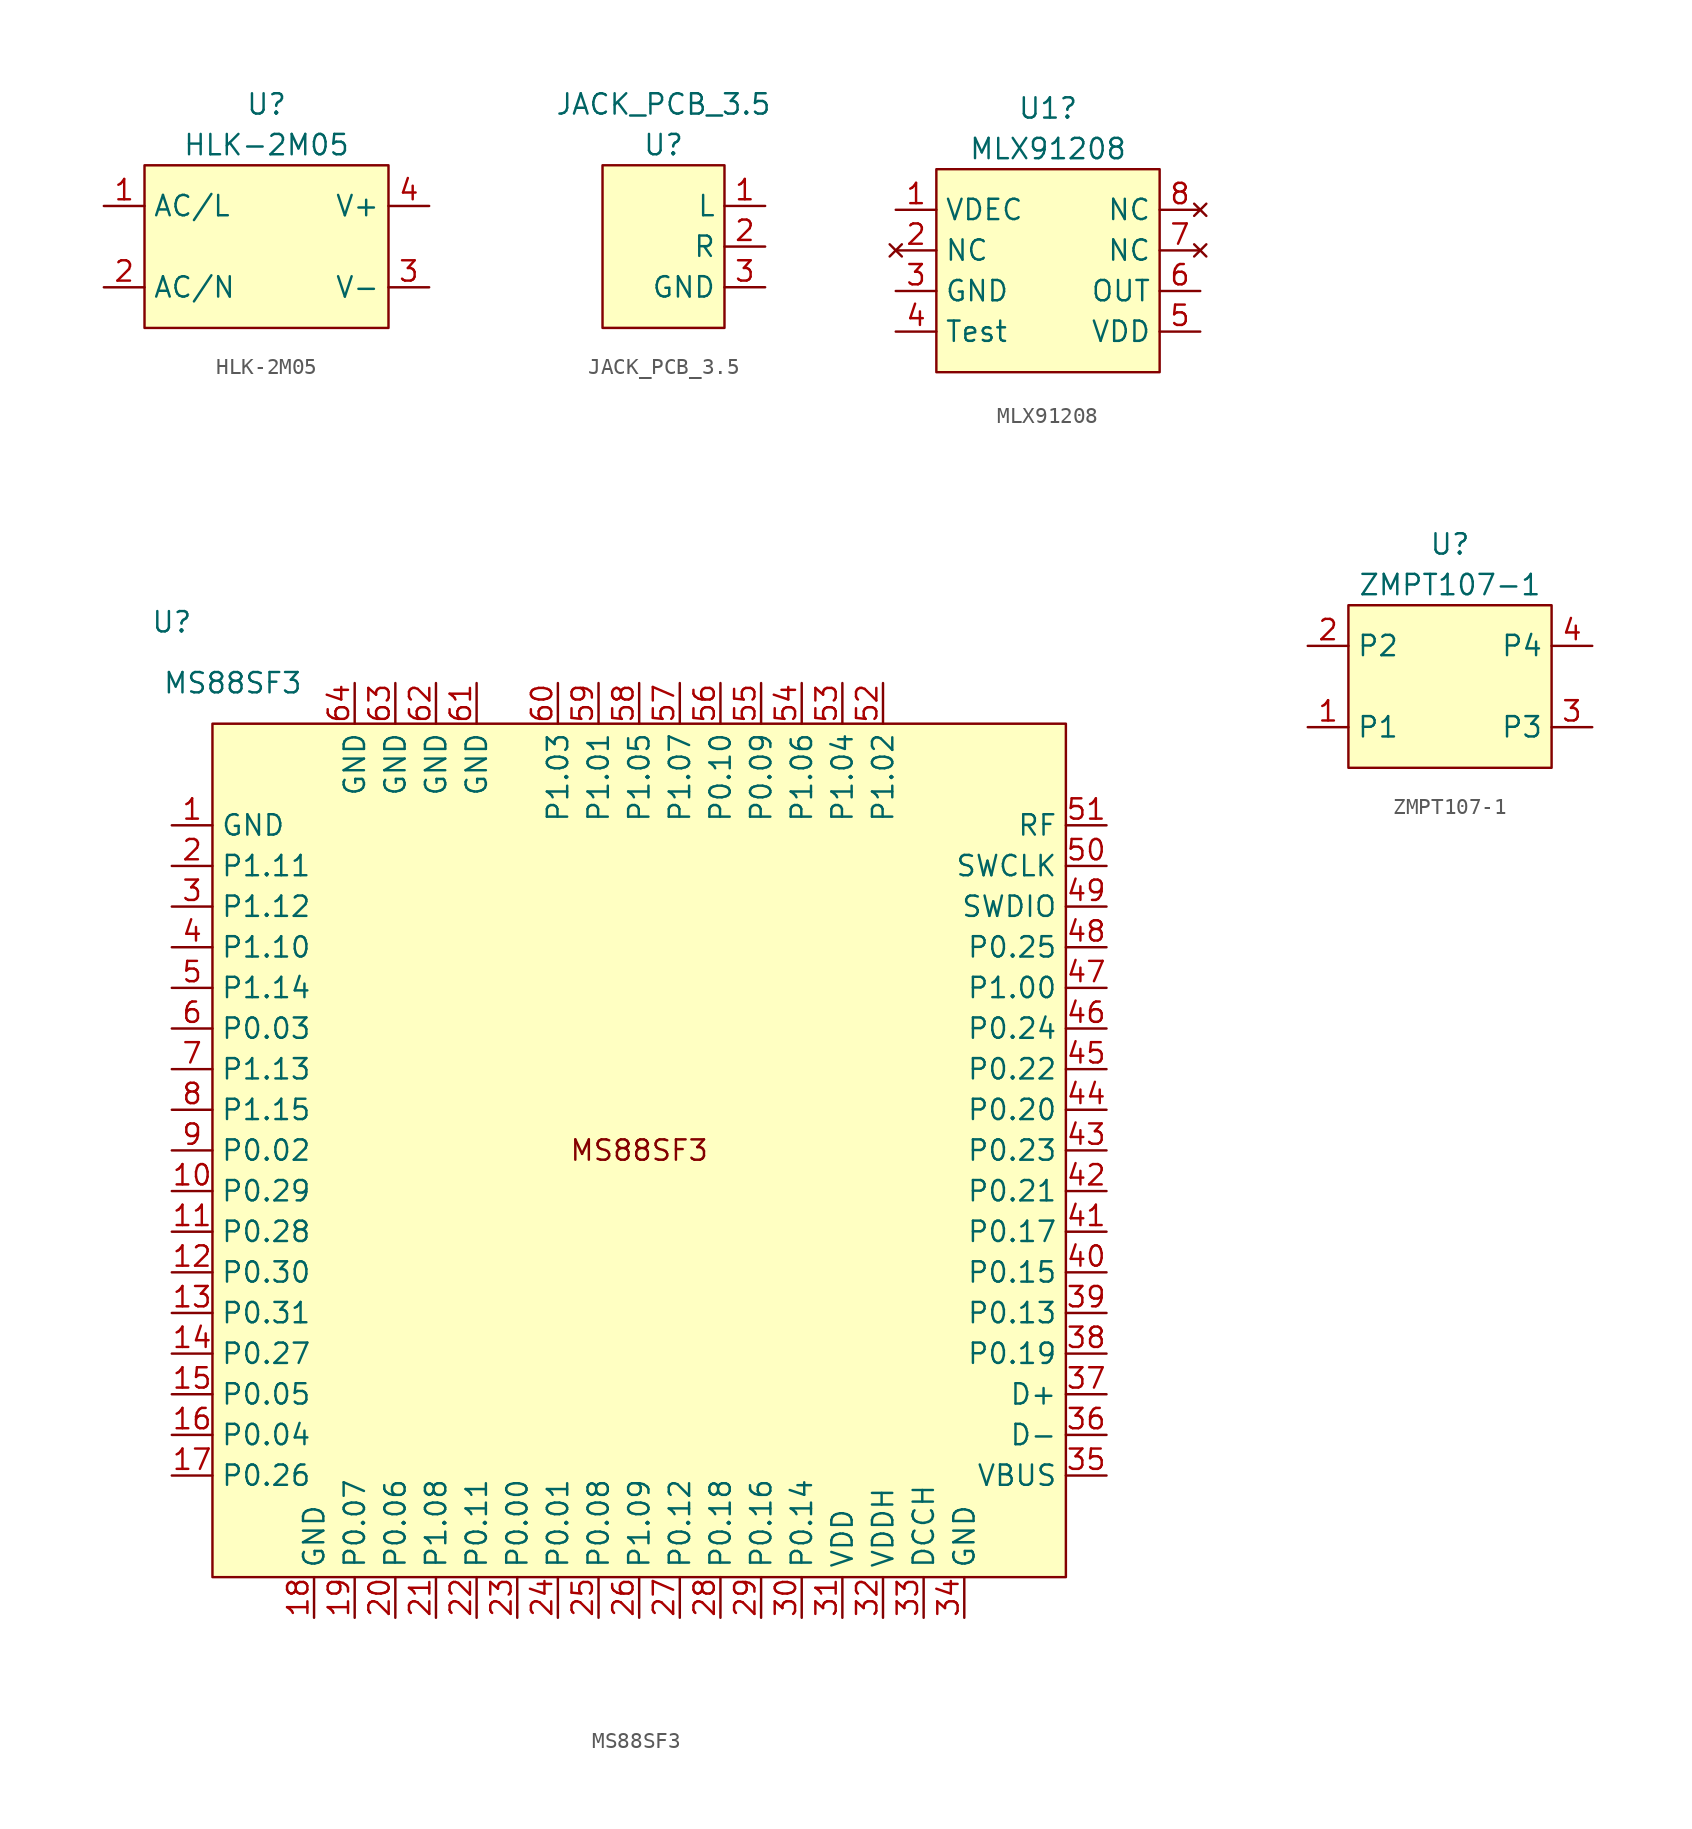
<source format=kicad_sym>
(kicad_symbol_lib
  (version 20211014)
  (generator kicad_symbol_editor)
  (symbol "HLK-2M05"
    (property "Reference" "U"
      (at 0 8.89 0)
      (effects (font (size 1.27 1.27))))
    (property "Value" "HLK-2M05"
      (at 0 6.35 0)
      (effects (font (size 1.27 1.27))))
    (symbol "HLK-2M05_0_1"
      (rectangle (start -7.62 5.08) (end 7.62 -5.08) (stroke (width 0) (type default) (color 0 0 0 0)) (fill (type background))))
    (symbol "HLK-2M05_1_1"
      (pin power_in line (at -10.16 2.54 0) (length 2.54) (name "AC/L" (effects (font (size 1.27 1.27)))) (number "1" (effects (font (size 1.27 1.27)))))
      (pin power_in line (at -10.16 -2.54 0) (length 2.54) (name "AC/N" (effects (font (size 1.27 1.27)))) (number "2" (effects (font (size 1.27 1.27)))))
      (pin power_out line (at 10.16 -2.54 180) (length 2.54) (name "V-" (effects (font (size 1.27 1.27)))) (number "3" (effects (font (size 1.27 1.27)))))
      (pin power_out line (at 10.16 2.54 180) (length 2.54) (name "V+" (effects (font (size 1.27 1.27)))) (number "4" (effects (font (size 1.27 1.27)))))))
  (symbol "JACK_PCB_3.5"
    (property "Reference" "U"
      (at 0 6.35 0)
      (effects (font (size 1.27 1.27))))
    (property "Value" "JACK_PCB_3.5"
      (at 0 8.89 0)
      (effects (font (size 1.27 1.27))))
    (symbol "JACK_PCB_3.5_0_1"
      (rectangle (start -3.81 5.08) (end 3.81 -5.08) (stroke (width 0) (type default) (color 0 0 0 0)) (fill (type background))))
    (symbol "JACK_PCB_3.5_1_1"
      (pin input line (at 6.35 2.54 180) (length 2.54) (name "L" (effects (font (size 1.27 1.27)))) (number "1" (effects (font (size 1.27 1.27)))))
      (pin input line (at 6.35 0 180) (length 2.54) (name "R" (effects (font (size 1.27 1.27)))) (number "2" (effects (font (size 1.27 1.27)))))
      (pin passive line (at 6.35 -2.54 180) (length 2.54) (name "GND" (effects (font (size 1.27 1.27)))) (number "3" (effects (font (size 1.27 1.27)))))))
  (symbol "MLX91208"
    (property "Reference" "U1"
      (at 0.635 10.16 0)
      (effects (font (size 1.27 1.27))))
    (property "Value" "MLX91208"
      (at 0.635 7.62 0)
      (effects (font (size 1.27 1.27))))
    (symbol "MLX91208_0_1"
      (rectangle (start -6.35 6.35) (end 7.62 -6.35) (stroke (width 0) (type default) (color 0 0 0 0)) (fill (type background))))
    (symbol "MLX91208_1_1"
      (pin input line (at -8.89 3.81 0) (length 2.54) (name "VDEC" (effects (font (size 1.27 1.27)))) (number "1" (effects (font (size 1.27 1.27)))))
      (pin no_connect line (at -8.89 1.27 0) (length 2.54) (name "NC" (effects (font (size 1.27 1.27)))) (number "2" (effects (font (size 1.27 1.27)))))
      (pin power_in line (at -8.89 -1.27 0) (length 2.54) (name "GND" (effects (font (size 1.27 1.27)))) (number "3" (effects (font (size 1.27 1.27)))))
      (pin input line (at -8.89 -3.81 0) (length 2.54) (name "Test" (effects (font (size 1.27 1.27)))) (number "4" (effects (font (size 1.27 1.27)))))
      (pin power_in line (at 10.16 -3.81 180) (length 2.54) (name "VDD" (effects (font (size 1.27 1.27)))) (number "5" (effects (font (size 1.27 1.27)))))
      (pin output line (at 10.16 -1.27 180) (length 2.54) (name "OUT" (effects (font (size 1.27 1.27)))) (number "6" (effects (font (size 1.27 1.27)))))
      (pin no_connect line (at 10.16 1.27 180) (length 2.54) (name "NC" (effects (font (size 1.27 1.27)))) (number "7" (effects (font (size 1.27 1.27)))))
      (pin no_connect line (at 10.16 3.81 180) (length 2.54) (name "NC" (effects (font (size 1.27 1.27)))) (number "8" (effects (font (size 1.27 1.27)))))))
  (symbol "MS88SF3"
    (property "Reference" "U"
      (at -2.54 6.35 0)
      (effects (font (size 1.27 1.27))))
    (property "Value" "MS88SF3"
      (at 1.27 2.54 0)
      (effects (font (size 1.27 1.27))))
    (symbol "MS88SF3_0_0"
      (text "MS88SF3" (at 26.67 -26.67 0) (effects (font (size 1.27 1.27)))))
    (symbol "MS88SF3_0_1"
      (rectangle (start 0 0) (end 53.34 -53.34) (stroke (width 0) (type default) (color 0 0 0 0)) (fill (type background))))
    (symbol "MS88SF3_1_1"
      (pin power_in line (at -2.54 -6.35 0) (length 2.54) (name "GND" (effects (font (size 1.27 1.27)))) (number "1" (effects (font (size 1.27 1.27)))))
      (pin bidirectional line (at -2.54 -29.21 0) (length 2.54) (name "P0.29" (effects (font (size 1.27 1.27)))) (number "10" (effects (font (size 1.27 1.27)))))
      (pin bidirectional line (at -2.54 -31.75 0) (length 2.54) (name "P0.28" (effects (font (size 1.27 1.27)))) (number "11" (effects (font (size 1.27 1.27)))))
      (pin bidirectional line (at -2.54 -34.29 0) (length 2.54) (name "P0.30" (effects (font (size 1.27 1.27)))) (number "12" (effects (font (size 1.27 1.27)))))
      (pin bidirectional line (at -2.54 -36.83 0) (length 2.54) (name "P0.31" (effects (font (size 1.27 1.27)))) (number "13" (effects (font (size 1.27 1.27)))))
      (pin bidirectional line (at -2.54 -39.37 0) (length 2.54) (name "P0.27" (effects (font (size 1.27 1.27)))) (number "14" (effects (font (size 1.27 1.27)))))
      (pin bidirectional line (at -2.54 -41.91 0) (length 2.54) (name "P0.05" (effects (font (size 1.27 1.27)))) (number "15" (effects (font (size 1.27 1.27)))))
      (pin bidirectional line (at -2.54 -44.45 0) (length 2.54) (name "P0.04" (effects (font (size 1.27 1.27)))) (number "16" (effects (font (size 1.27 1.27)))))
      (pin bidirectional line (at -2.54 -46.99 0) (length 2.54) (name "P0.26" (effects (font (size 1.27 1.27)))) (number "17" (effects (font (size 1.27 1.27)))))
      (pin power_in line (at 6.35 -55.88 90) (length 2.54) (name "GND" (effects (font (size 1.27 1.27)))) (number "18" (effects (font (size 1.27 1.27)))))
      (pin bidirectional line (at 8.89 -55.88 90) (length 2.54) (name "P0.07" (effects (font (size 1.27 1.27)))) (number "19" (effects (font (size 1.27 1.27)))))
      (pin bidirectional line (at -2.54 -8.89 0) (length 2.54) (name "P1.11" (effects (font (size 1.27 1.27)))) (number "2" (effects (font (size 1.27 1.27)))))
      (pin bidirectional line (at 11.43 -55.88 90) (length 2.54) (name "P0.06" (effects (font (size 1.27 1.27)))) (number "20" (effects (font (size 1.27 1.27)))))
      (pin bidirectional line (at 13.97 -55.88 90) (length 2.54) (name "P1.08" (effects (font (size 1.27 1.27)))) (number "21" (effects (font (size 1.27 1.27)))))
      (pin bidirectional line (at 16.51 -55.88 90) (length 2.54) (name "P0.11" (effects (font (size 1.27 1.27)))) (number "22" (effects (font (size 1.27 1.27)))))
      (pin bidirectional line (at 19.05 -55.88 90) (length 2.54) (name "P0.00" (effects (font (size 1.27 1.27)))) (number "23" (effects (font (size 1.27 1.27)))))
      (pin bidirectional line (at 21.59 -55.88 90) (length 2.54) (name "P0.01" (effects (font (size 1.27 1.27)))) (number "24" (effects (font (size 1.27 1.27)))))
      (pin bidirectional line (at 24.13 -55.88 90) (length 2.54) (name "P0.08" (effects (font (size 1.27 1.27)))) (number "25" (effects (font (size 1.27 1.27)))))
      (pin bidirectional line (at 26.67 -55.88 90) (length 2.54) (name "P1.09" (effects (font (size 1.27 1.27)))) (number "26" (effects (font (size 1.27 1.27)))))
      (pin bidirectional line (at 29.21 -55.88 90) (length 2.54) (name "P0.12" (effects (font (size 1.27 1.27)))) (number "27" (effects (font (size 1.27 1.27)))))
      (pin bidirectional line (at 31.75 -55.88 90) (length 2.54) (name "P0.18" (effects (font (size 1.27 1.27)))) (number "28" (effects (font (size 1.27 1.27)))))
      (pin bidirectional line (at 34.29 -55.88 90) (length 2.54) (name "P0.16" (effects (font (size 1.27 1.27)))) (number "29" (effects (font (size 1.27 1.27)))))
      (pin bidirectional line (at -2.54 -11.43 0) (length 2.54) (name "P1.12" (effects (font (size 1.27 1.27)))) (number "3" (effects (font (size 1.27 1.27)))))
      (pin bidirectional line (at 36.83 -55.88 90) (length 2.54) (name "P0.14" (effects (font (size 1.27 1.27)))) (number "30" (effects (font (size 1.27 1.27)))))
      (pin power_in line (at 39.37 -55.88 90) (length 2.54) (name "VDD" (effects (font (size 1.27 1.27)))) (number "31" (effects (font (size 1.27 1.27)))))
      (pin power_in line (at 41.91 -55.88 90) (length 2.54) (name "VDDH" (effects (font (size 1.27 1.27)))) (number "32" (effects (font (size 1.27 1.27)))))
      (pin passive line (at 44.45 -55.88 90) (length 2.54) (name "DCCH" (effects (font (size 1.27 1.27)))) (number "33" (effects (font (size 1.27 1.27)))))
      (pin power_in line (at 46.99 -55.88 90) (length 2.54) (name "GND" (effects (font (size 1.27 1.27)))) (number "34" (effects (font (size 1.27 1.27)))))
      (pin power_in line (at 55.88 -46.99 180) (length 2.54) (name "VBUS" (effects (font (size 1.27 1.27)))) (number "35" (effects (font (size 1.27 1.27)))))
      (pin bidirectional line (at 55.88 -44.45 180) (length 2.54) (name "D-" (effects (font (size 1.27 1.27)))) (number "36" (effects (font (size 1.27 1.27)))))
      (pin bidirectional line (at 55.88 -41.91 180) (length 2.54) (name "D+" (effects (font (size 1.27 1.27)))) (number "37" (effects (font (size 1.27 1.27)))))
      (pin bidirectional line (at 55.88 -39.37 180) (length 2.54) (name "P0.19" (effects (font (size 1.27 1.27)))) (number "38" (effects (font (size 1.27 1.27)))))
      (pin bidirectional line (at 55.88 -36.83 180) (length 2.54) (name "P0.13" (effects (font (size 1.27 1.27)))) (number "39" (effects (font (size 1.27 1.27)))))
      (pin bidirectional line (at -2.54 -13.97 0) (length 2.54) (name "P1.10" (effects (font (size 1.27 1.27)))) (number "4" (effects (font (size 1.27 1.27)))))
      (pin bidirectional line (at 55.88 -34.29 180) (length 2.54) (name "P0.15" (effects (font (size 1.27 1.27)))) (number "40" (effects (font (size 1.27 1.27)))))
      (pin bidirectional line (at 55.88 -31.75 180) (length 2.54) (name "P0.17" (effects (font (size 1.27 1.27)))) (number "41" (effects (font (size 1.27 1.27)))))
      (pin bidirectional line (at 55.88 -29.21 180) (length 2.54) (name "P0.21" (effects (font (size 1.27 1.27)))) (number "42" (effects (font (size 1.27 1.27)))))
      (pin bidirectional line (at 55.88 -26.67 180) (length 2.54) (name "P0.23" (effects (font (size 1.27 1.27)))) (number "43" (effects (font (size 1.27 1.27)))))
      (pin bidirectional line (at 55.88 -24.13 180) (length 2.54) (name "P0.20" (effects (font (size 1.27 1.27)))) (number "44" (effects (font (size 1.27 1.27)))))
      (pin bidirectional line (at 55.88 -21.59 180) (length 2.54) (name "P0.22" (effects (font (size 1.27 1.27)))) (number "45" (effects (font (size 1.27 1.27)))))
      (pin bidirectional line (at 55.88 -19.05 180) (length 2.54) (name "P0.24" (effects (font (size 1.27 1.27)))) (number "46" (effects (font (size 1.27 1.27)))))
      (pin bidirectional line (at 55.88 -16.51 180) (length 2.54) (name "P1.00" (effects (font (size 1.27 1.27)))) (number "47" (effects (font (size 1.27 1.27)))))
      (pin bidirectional line (at 55.88 -13.97 180) (length 2.54) (name "P0.25" (effects (font (size 1.27 1.27)))) (number "48" (effects (font (size 1.27 1.27)))))
      (pin bidirectional line (at 55.88 -11.43 180) (length 2.54) (name "SWDIO" (effects (font (size 1.27 1.27)))) (number "49" (effects (font (size 1.27 1.27)))))
      (pin bidirectional line (at -2.54 -16.51 0) (length 2.54) (name "P1.14" (effects (font (size 1.27 1.27)))) (number "5" (effects (font (size 1.27 1.27)))))
      (pin bidirectional line (at 55.88 -8.89 180) (length 2.54) (name "SWCLK" (effects (font (size 1.27 1.27)))) (number "50" (effects (font (size 1.27 1.27)))))
      (pin passive line (at 55.88 -6.35 180) (length 2.54) (name "RF" (effects (font (size 1.27 1.27)))) (number "51" (effects (font (size 1.27 1.27)))))
      (pin bidirectional line (at 41.91 2.54 270) (length 2.54) (name "P1.02" (effects (font (size 1.27 1.27)))) (number "52" (effects (font (size 1.27 1.27)))))
      (pin bidirectional line (at 39.37 2.54 270) (length 2.54) (name "P1.04" (effects (font (size 1.27 1.27)))) (number "53" (effects (font (size 1.27 1.27)))))
      (pin bidirectional line (at 36.83 2.54 270) (length 2.54) (name "P1.06" (effects (font (size 1.27 1.27)))) (number "54" (effects (font (size 1.27 1.27)))))
      (pin bidirectional line (at 34.29 2.54 270) (length 2.54) (name "P0.09" (effects (font (size 1.27 1.27)))) (number "55" (effects (font (size 1.27 1.27)))))
      (pin bidirectional line (at 31.75 2.54 270) (length 2.54) (name "P0.10" (effects (font (size 1.27 1.27)))) (number "56" (effects (font (size 1.27 1.27)))))
      (pin bidirectional line (at 29.21 2.54 270) (length 2.54) (name "P1.07" (effects (font (size 1.27 1.27)))) (number "57" (effects (font (size 1.27 1.27)))))
      (pin bidirectional line (at 26.67 2.54 270) (length 2.54) (name "P1.05" (effects (font (size 1.27 1.27)))) (number "58" (effects (font (size 1.27 1.27)))))
      (pin bidirectional line (at 24.13 2.54 270) (length 2.54) (name "P1.01" (effects (font (size 1.27 1.27)))) (number "59" (effects (font (size 1.27 1.27)))))
      (pin bidirectional line (at -2.54 -19.05 0) (length 2.54) (name "P0.03" (effects (font (size 1.27 1.27)))) (number "6" (effects (font (size 1.27 1.27)))))
      (pin bidirectional line (at 21.59 2.54 270) (length 2.54) (name "P1.03" (effects (font (size 1.27 1.27)))) (number "60" (effects (font (size 1.27 1.27)))))
      (pin power_in line (at 16.51 2.54 270) (length 2.54) (name "GND" (effects (font (size 1.27 1.27)))) (number "61" (effects (font (size 1.27 1.27)))))
      (pin power_in line (at 13.97 2.54 270) (length 2.54) (name "GND" (effects (font (size 1.27 1.27)))) (number "62" (effects (font (size 1.27 1.27)))))
      (pin power_in line (at 11.43 2.54 270) (length 2.54) (name "GND" (effects (font (size 1.27 1.27)))) (number "63" (effects (font (size 1.27 1.27)))))
      (pin power_in line (at 8.89 2.54 270) (length 2.54) (name "GND" (effects (font (size 1.27 1.27)))) (number "64" (effects (font (size 1.27 1.27)))))
      (pin bidirectional line (at -2.54 -21.59 0) (length 2.54) (name "P1.13" (effects (font (size 1.27 1.27)))) (number "7" (effects (font (size 1.27 1.27)))))
      (pin bidirectional line (at -2.54 -24.13 0) (length 2.54) (name "P1.15" (effects (font (size 1.27 1.27)))) (number "8" (effects (font (size 1.27 1.27)))))
      (pin bidirectional line (at -2.54 -26.67 0) (length 2.54) (name "P0.02" (effects (font (size 1.27 1.27)))) (number "9" (effects (font (size 1.27 1.27)))))))
  (symbol "ZMPT107-1"
    (property "Reference" "U"
      (at 0 8.89 0)
      (effects (font (size 1.27 1.27))))
    (property "Value" "ZMPT107-1"
      (at 0 6.35 0)
      (effects (font (size 1.27 1.27))))
    (symbol "ZMPT107-1_0_1"
      (rectangle (start -6.35 5.08) (end 6.35 -5.08) (stroke (width 0) (type default) (color 0 0 0 0)) (fill (type background))))
    (symbol "ZMPT107-1_1_1"
      (pin passive line (at -8.89 -2.54 0) (length 2.54) (name "P1" (effects (font (size 1.27 1.27)))) (number "1" (effects (font (size 1.27 1.27)))))
      (pin passive line (at -8.89 2.54 0) (length 2.54) (name "P2" (effects (font (size 1.27 1.27)))) (number "2" (effects (font (size 1.27 1.27)))))
      (pin passive line (at 8.89 -2.54 180) (length 2.54) (name "P3" (effects (font (size 1.27 1.27)))) (number "3" (effects (font (size 1.27 1.27)))))
      (pin passive line (at 8.89 2.54 180) (length 2.54) (name "P4" (effects (font (size 1.27 1.27)))) (number "4" (effects (font (size 1.27 1.27))))))))
</source>
